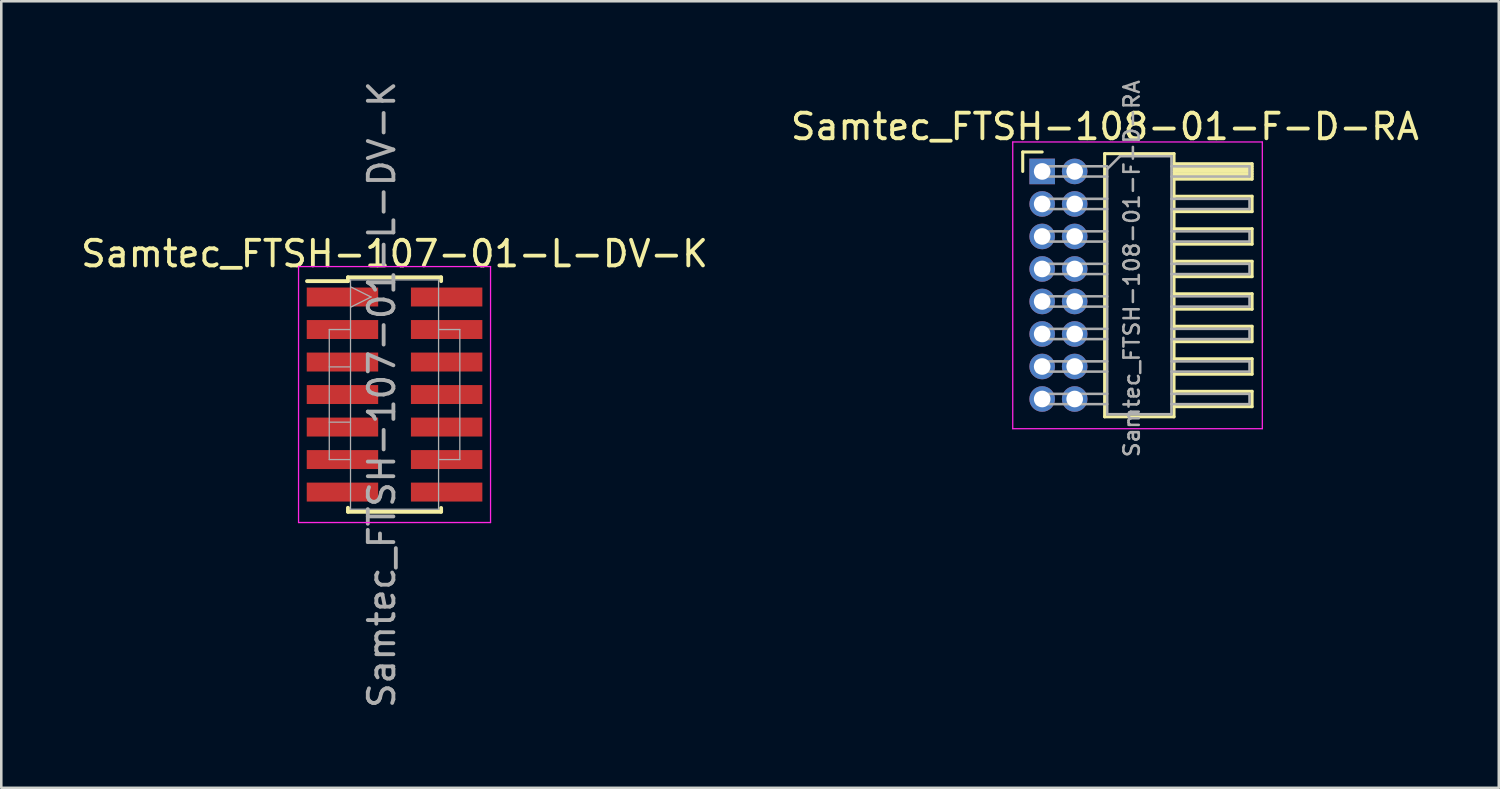
<source format=kicad_pcb>
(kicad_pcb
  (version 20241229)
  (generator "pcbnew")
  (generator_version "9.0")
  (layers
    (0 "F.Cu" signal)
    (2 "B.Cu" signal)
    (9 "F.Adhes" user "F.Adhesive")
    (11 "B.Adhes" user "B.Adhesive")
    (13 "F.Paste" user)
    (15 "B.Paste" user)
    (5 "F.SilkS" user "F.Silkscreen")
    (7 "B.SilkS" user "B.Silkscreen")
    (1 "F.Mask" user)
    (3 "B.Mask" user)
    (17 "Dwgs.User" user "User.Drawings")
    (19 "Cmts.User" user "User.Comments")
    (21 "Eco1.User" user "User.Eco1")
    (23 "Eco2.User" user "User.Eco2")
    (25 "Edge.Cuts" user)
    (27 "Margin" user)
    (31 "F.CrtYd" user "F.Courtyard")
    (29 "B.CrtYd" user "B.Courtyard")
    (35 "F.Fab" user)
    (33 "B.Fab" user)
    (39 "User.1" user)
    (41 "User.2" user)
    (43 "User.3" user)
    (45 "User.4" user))
  (footprint "Samtec_FTSH-107-01-L-DV-K"
    (layer "F.Cu")
    (at 12.363 12.363)
    (property "Reference" "Samtec_FTSH-107-01-L-DV-K" (at -0.5 0 90) (layer "F.Fab") (effects (font (size 1 1) (thickness 0.15))))
    (attr through_hole)
    (fp_line (start -3.42 -4.43) (end -1.82 -4.43) (stroke (width 0.15) (type solid)) (layer "F.SilkS"))
    (fp_line (start -1.82 -4.43) (end -1.82 -4.58) (stroke (width 0.15) (type solid)) (layer "F.SilkS"))
    (fp_line (start -1.82 4.423) (end -1.82 4.58) (stroke (width 0.15) (type solid)) (layer "F.SilkS"))
    (fp_line (start 1.82 -4.58) (end -1.82 -4.58) (stroke (width 0.15) (type solid)) (layer "F.SilkS"))
    (fp_line (start 1.82 -4.43) (end 1.82 -4.58) (stroke (width 0.15) (type solid)) (layer "F.SilkS"))
    (fp_line (start 1.82 4.43) (end 1.82 4.58) (stroke (width 0.15) (type solid)) (layer "F.SilkS"))
    (fp_line (start 1.82 4.58) (end -1.82 4.58) (stroke (width 0.15) (type solid)) (layer "F.SilkS"))
    (fp_line (start -3.75 -5) (end 3.75 -5) (stroke (width 0.05) (type solid)) (layer "F.CrtYd"))
    (fp_line (start -3.75 5) (end -3.75 -5) (stroke (width 0.05) (type solid)) (layer "F.CrtYd"))
    (fp_line (start 3.75 -5) (end 3.75 5) (stroke (width 0.05) (type solid)) (layer "F.CrtYd"))
    (fp_line (start 3.75 5) (end -3.75 5) (stroke (width 0.05) (type solid)) (layer "F.CrtYd"))
    (fp_line (start -2.55 -2.54) (end -2.55 2.54) (stroke (width 0.05) (type solid)) (layer "F.Fab"))
    (fp_line (start -2.55 2.54) (end -1.72 2.54) (stroke (width 0.05) (type solid)) (layer "F.Fab"))
    (fp_line (start -1.72 -4.48) (end 1.72 -4.48) (stroke (width 0.05) (type solid)) (layer "F.Fab"))
    (fp_line (start -1.72 -4.21) (end -0.92 -3.81) (stroke (width 0.05) (type solid)) (layer "F.Fab"))
    (fp_line (start -1.72 -2.54) (end -2.55 -2.54) (stroke (width 0.05) (type solid)) (layer "F.Fab"))
    (fp_line (start -1.72 -1.08) (end -2.55 -1.08) (stroke (width 0.05) (type solid)) (layer "F.Fab"))
    (fp_line (start -1.72 1.08) (end -2.55 1.08) (stroke (width 0.05) (type solid)) (layer "F.Fab"))
    (fp_line (start -1.72 4.48) (end -1.72 -4.48) (stroke (width 0.05) (type solid)) (layer "F.Fab"))
    (fp_line (start -0.92 -3.81) (end -1.72 -3.41) (stroke (width 0.05) (type solid)) (layer "F.Fab"))
    (fp_line (start 1.72 -4.48) (end 1.72 4.48) (stroke (width 0.05) (type solid)) (layer "F.Fab"))
    (fp_line (start 1.72 -2.54) (end 2.55 -2.54) (stroke (width 0.05) (type solid)) (layer "F.Fab"))
    (fp_line (start 1.72 4.48) (end -1.72 4.48) (stroke (width 0.05) (type solid)) (layer "F.Fab"))
    (fp_line (start 2.55 -2.54) (end 2.55 2.54) (stroke (width 0.05) (type solid)) (layer "F.Fab"))
    (fp_line (start 2.55 2.54) (end 1.72 2.54) (stroke (width 0.05) (type solid)) (layer "F.Fab"))
    (fp_text user "${REFERENCE}" (at 0 -5.5 0) (layer "F.SilkS") (effects (font (size 1 1) (thickness 0.15))))
    (pad "1" smd rect (at -2.035 -3.81) (size 2.79 0.74) (layers "F.Cu" "F.Mask" "F.Paste"))
    (pad "2" smd rect (at 2.035 -3.81) (size 2.79 0.74) (layers "F.Cu" "F.Mask" "F.Paste"))
    (pad "3" smd rect (at -2.035 -2.54) (size 2.79 0.74) (layers "F.Cu" "F.Mask" "F.Paste"))
    (pad "4" smd rect (at 2.035 -2.54) (size 2.79 0.74) (layers "F.Cu" "F.Mask" "F.Paste"))
    (pad "5" smd rect (at -2.035 -1.27) (size 2.79 0.74) (layers "F.Cu" "F.Mask" "F.Paste"))
    (pad "6" smd rect (at 2.035 -1.27) (size 2.79 0.74) (layers "F.Cu" "F.Mask" "F.Paste"))
    (pad "7" smd rect (at -2.035 0) (size 2.79 0.74) (layers "F.Cu" "F.Mask" "F.Paste"))
    (pad "8" smd rect (at 2.035 0) (size 2.79 0.74) (layers "F.Cu" "F.Mask" "F.Paste"))
    (pad "9" smd rect (at -2.035 1.27) (size 2.79 0.74) (layers "F.Cu" "F.Mask" "F.Paste"))
    (pad "10" smd rect (at 2.035 1.27) (size 2.79 0.74) (layers "F.Cu" "F.Mask" "F.Paste"))
    (pad "11" smd rect (at -2.035 2.54) (size 2.79 0.74) (layers "F.Cu" "F.Mask" "F.Paste"))
    (pad "12" smd rect (at 2.035 2.54) (size 2.79 0.74) (layers "F.Cu" "F.Mask" "F.Paste"))
    (pad "13" smd rect (at -2.035 3.81) (size 2.79 0.74) (layers "F.Cu" "F.Mask" "F.Paste"))
    (pad "14" smd rect (at 2.035 3.81) (size 2.79 0.74) (layers "F.Cu" "F.Mask" "F.Paste")))
  (footprint "Samtec_FTSH-108-01-F-D-RA"
    (layer "F.Cu")
    (at 37.663 3.647)
    (property "Reference" "Samtec_FTSH-108-01-F-D-RA" (at 3.5 3.8 90) (layer "F.Fab") (effects (font (size 0.6 0.6) (thickness 0.1))))
    (attr through_hole)
    (fp_line (start -0.76 -0.76) (end 0 -0.76) (stroke (width 0.12) (type solid)) (layer "F.SilkS"))
    (fp_line (start -0.76 0) (end -0.76 -0.76) (stroke (width 0.12) (type solid)) (layer "F.SilkS"))
    (fp_line (start 2.44 -0.695) (end 5.15 -0.695) (stroke (width 0.12) (type solid)) (layer "F.SilkS"))
    (fp_line (start 2.44 9.585) (end 2.44 -0.695) (stroke (width 0.12) (type solid)) (layer "F.SilkS"))
    (fp_line (start 5.15 -0.695) (end 5.15 9.585) (stroke (width 0.12) (type solid)) (layer "F.SilkS"))
    (fp_line (start 5.15 -0.3) (end 8.2 -0.3) (stroke (width 0.12) (type solid)) (layer "F.SilkS"))
    (fp_line (start 5.15 -0.2) (end 8.2 -0.2) (stroke (width 0.12) (type solid)) (layer "F.SilkS"))
    (fp_line (start 5.15 -0.1) (end 8.2 -0.1) (stroke (width 0.12) (type solid)) (layer "F.SilkS"))
    (fp_line (start 5.15 0) (end 8.2 0) (stroke (width 0.12) (type solid)) (layer "F.SilkS"))
    (fp_line (start 5.15 0.1) (end 8.2 0.1) (stroke (width 0.12) (type solid)) (layer "F.SilkS"))
    (fp_line (start 5.15 0.2) (end 8.2 0.2) (stroke (width 0.12) (type solid)) (layer "F.SilkS"))
    (fp_line (start 5.15 0.97) (end 8.2 0.97) (stroke (width 0.12) (type solid)) (layer "F.SilkS"))
    (fp_line (start 5.15 2.24) (end 8.2 2.24) (stroke (width 0.12) (type solid)) (layer "F.SilkS"))
    (fp_line (start 5.15 3.51) (end 8.2 3.51) (stroke (width 0.12) (type solid)) (layer "F.SilkS"))
    (fp_line (start 5.15 4.78) (end 8.2 4.78) (stroke (width 0.12) (type solid)) (layer "F.SilkS"))
    (fp_line (start 5.15 6.05) (end 8.2 6.05) (stroke (width 0.12) (type solid)) (layer "F.SilkS"))
    (fp_line (start 5.15 7.32) (end 8.2 7.32) (stroke (width 0.12) (type solid)) (layer "F.SilkS"))
    (fp_line (start 5.15 8.59) (end 8.2 8.59) (stroke (width 0.12) (type solid)) (layer "F.SilkS"))
    (fp_line (start 5.15 9.585) (end 2.44 9.585) (stroke (width 0.12) (type solid)) (layer "F.SilkS"))
    (fp_line (start 8.2 -0.3) (end 8.2 0.3) (stroke (width 0.12) (type solid)) (layer "F.SilkS"))
    (fp_line (start 8.2 0.3) (end 5.15 0.3) (stroke (width 0.12) (type solid)) (layer "F.SilkS"))
    (fp_line (start 8.2 0.97) (end 8.2 1.57) (stroke (width 0.12) (type solid)) (layer "F.SilkS"))
    (fp_line (start 8.2 1.57) (end 5.15 1.57) (stroke (width 0.12) (type solid)) (layer "F.SilkS"))
    (fp_line (start 8.2 2.24) (end 8.2 2.84) (stroke (width 0.12) (type solid)) (layer "F.SilkS"))
    (fp_line (start 8.2 2.84) (end 5.15 2.84) (stroke (width 0.12) (type solid)) (layer "F.SilkS"))
    (fp_line (start 8.2 3.51) (end 8.2 4.11) (stroke (width 0.12) (type solid)) (layer "F.SilkS"))
    (fp_line (start 8.2 4.11) (end 5.15 4.11) (stroke (width 0.12) (type solid)) (layer "F.SilkS"))
    (fp_line (start 8.2 4.78) (end 8.2 5.38) (stroke (width 0.12) (type solid)) (layer "F.SilkS"))
    (fp_line (start 8.2 5.38) (end 5.15 5.38) (stroke (width 0.12) (type solid)) (layer "F.SilkS"))
    (fp_line (start 8.2 6.05) (end 8.2 6.65) (stroke (width 0.12) (type solid)) (layer "F.SilkS"))
    (fp_line (start 8.2 6.65) (end 5.15 6.65) (stroke (width 0.12) (type solid)) (layer "F.SilkS"))
    (fp_line (start 8.2 7.32) (end 8.2 7.92) (stroke (width 0.12) (type solid)) (layer "F.SilkS"))
    (fp_line (start 8.2 7.92) (end 5.15 7.92) (stroke (width 0.12) (type solid)) (layer "F.SilkS"))
    (fp_line (start 8.2 8.59) (end 8.2 9.19) (stroke (width 0.12) (type solid)) (layer "F.SilkS"))
    (fp_line (start 8.2 9.19) (end 5.15 9.19) (stroke (width 0.12) (type solid)) (layer "F.SilkS"))
    (fp_line (start -1.15 -1.15) (end -1.15 10.05) (stroke (width 0.05) (type solid)) (layer "F.CrtYd"))
    (fp_line (start -1.15 10.05) (end 8.6 10.05) (stroke (width 0.05) (type solid)) (layer "F.CrtYd"))
    (fp_line (start 8.6 -1.15) (end -1.15 -1.15) (stroke (width 0.05) (type solid)) (layer "F.CrtYd"))
    (fp_line (start 8.6 10.05) (end 8.6 -1.15) (stroke (width 0.05) (type solid)) (layer "F.CrtYd"))
    (fp_line (start -0.2 -0.2) (end -0.2 0.2) (stroke (width 0.1) (type solid)) (layer "F.Fab"))
    (fp_line (start -0.2 -0.2) (end 2.54 -0.2) (stroke (width 0.1) (type solid)) (layer "F.Fab"))
    (fp_line (start -0.2 0.2) (end 2.54 0.2) (stroke (width 0.1) (type solid)) (layer "F.Fab"))
    (fp_line (start -0.2 1.07) (end -0.2 1.47) (stroke (width 0.1) (type solid)) (layer "F.Fab"))
    (fp_line (start -0.2 1.07) (end 2.54 1.07) (stroke (width 0.1) (type solid)) (layer "F.Fab"))
    (fp_line (start -0.2 1.47) (end 2.54 1.47) (stroke (width 0.1) (type solid)) (layer "F.Fab"))
    (fp_line (start -0.2 2.34) (end -0.2 2.74) (stroke (width 0.1) (type solid)) (layer "F.Fab"))
    (fp_line (start -0.2 2.34) (end 2.54 2.34) (stroke (width 0.1) (type solid)) (layer "F.Fab"))
    (fp_line (start -0.2 2.74) (end 2.54 2.74) (stroke (width 0.1) (type solid)) (layer "F.Fab"))
    (fp_line (start -0.2 3.61) (end -0.2 4.01) (stroke (width 0.1) (type solid)) (layer "F.Fab"))
    (fp_line (start -0.2 3.61) (end 2.54 3.61) (stroke (width 0.1) (type solid)) (layer "F.Fab"))
    (fp_line (start -0.2 4.01) (end 2.54 4.01) (stroke (width 0.1) (type solid)) (layer "F.Fab"))
    (fp_line (start -0.2 4.88) (end -0.2 5.28) (stroke (width 0.1) (type solid)) (layer "F.Fab"))
    (fp_line (start -0.2 4.88) (end 2.54 4.88) (stroke (width 0.1) (type solid)) (layer "F.Fab"))
    (fp_line (start -0.2 5.28) (end 2.54 5.28) (stroke (width 0.1) (type solid)) (layer "F.Fab"))
    (fp_line (start -0.2 6.15) (end -0.2 6.55) (stroke (width 0.1) (type solid)) (layer "F.Fab"))
    (fp_line (start -0.2 6.15) (end 2.54 6.15) (stroke (width 0.1) (type solid)) (layer "F.Fab"))
    (fp_line (start -0.2 6.55) (end 2.54 6.55) (stroke (width 0.1) (type solid)) (layer "F.Fab"))
    (fp_line (start -0.2 7.42) (end -0.2 7.82) (stroke (width 0.1) (type solid)) (layer "F.Fab"))
    (fp_line (start -0.2 7.42) (end 2.54 7.42) (stroke (width 0.1) (type solid)) (layer "F.Fab"))
    (fp_line (start -0.2 7.82) (end 2.54 7.82) (stroke (width 0.1) (type solid)) (layer "F.Fab"))
    (fp_line (start -0.2 8.69) (end -0.2 9.09) (stroke (width 0.1) (type solid)) (layer "F.Fab"))
    (fp_line (start -0.2 8.69) (end 2.54 8.69) (stroke (width 0.1) (type solid)) (layer "F.Fab"))
    (fp_line (start -0.2 9.09) (end 2.54 9.09) (stroke (width 0.1) (type solid)) (layer "F.Fab"))
    (fp_line (start 2.54 -0.095) (end 3.04 -0.595) (stroke (width 0.1) (type solid)) (layer "F.Fab"))
    (fp_line (start 2.54 9.485) (end 2.54 -0.095) (stroke (width 0.1) (type solid)) (layer "F.Fab"))
    (fp_line (start 3.04 -0.595) (end 5.05 -0.595) (stroke (width 0.1) (type solid)) (layer "F.Fab"))
    (fp_line (start 5.05 -0.595) (end 5.05 9.485) (stroke (width 0.1) (type solid)) (layer "F.Fab"))
    (fp_line (start 5.05 -0.2) (end 8.1 -0.2) (stroke (width 0.1) (type solid)) (layer "F.Fab"))
    (fp_line (start 5.05 0.2) (end 8.1 0.2) (stroke (width 0.1) (type solid)) (layer "F.Fab"))
    (fp_line (start 5.05 1.07) (end 8.1 1.07) (stroke (width 0.1) (type solid)) (layer "F.Fab"))
    (fp_line (start 5.05 1.47) (end 8.1 1.47) (stroke (width 0.1) (type solid)) (layer "F.Fab"))
    (fp_line (start 5.05 2.34) (end 8.1 2.34) (stroke (width 0.1) (type solid)) (layer "F.Fab"))
    (fp_line (start 5.05 2.74) (end 8.1 2.74) (stroke (width 0.1) (type solid)) (layer "F.Fab"))
    (fp_line (start 5.05 3.61) (end 8.1 3.61) (stroke (width 0.1) (type solid)) (layer "F.Fab"))
    (fp_line (start 5.05 4.01) (end 8.1 4.01) (stroke (width 0.1) (type solid)) (layer "F.Fab"))
    (fp_line (start 5.05 4.88) (end 8.1 4.88) (stroke (width 0.1) (type solid)) (layer "F.Fab"))
    (fp_line (start 5.05 5.28) (end 8.1 5.28) (stroke (width 0.1) (type solid)) (layer "F.Fab"))
    (fp_line (start 5.05 6.15) (end 8.1 6.15) (stroke (width 0.1) (type solid)) (layer "F.Fab"))
    (fp_line (start 5.05 6.55) (end 8.1 6.55) (stroke (width 0.1) (type solid)) (layer "F.Fab"))
    (fp_line (start 5.05 7.42) (end 8.1 7.42) (stroke (width 0.1) (type solid)) (layer "F.Fab"))
    (fp_line (start 5.05 7.82) (end 8.1 7.82) (stroke (width 0.1) (type solid)) (layer "F.Fab"))
    (fp_line (start 5.05 8.69) (end 8.1 8.69) (stroke (width 0.1) (type solid)) (layer "F.Fab"))
    (fp_line (start 5.05 9.09) (end 8.1 9.09) (stroke (width 0.1) (type solid)) (layer "F.Fab"))
    (fp_line (start 5.05 9.485) (end 2.54 9.485) (stroke (width 0.1) (type solid)) (layer "F.Fab"))
    (fp_line (start 8.1 -0.2) (end 8.1 0.2) (stroke (width 0.1) (type solid)) (layer "F.Fab"))
    (fp_line (start 8.1 1.07) (end 8.1 1.47) (stroke (width 0.1) (type solid)) (layer "F.Fab"))
    (fp_line (start 8.1 2.34) (end 8.1 2.74) (stroke (width 0.1) (type solid)) (layer "F.Fab"))
    (fp_line (start 8.1 3.61) (end 8.1 4.01) (stroke (width 0.1) (type solid)) (layer "F.Fab"))
    (fp_line (start 8.1 4.88) (end 8.1 5.28) (stroke (width 0.1) (type solid)) (layer "F.Fab"))
    (fp_line (start 8.1 6.15) (end 8.1 6.55) (stroke (width 0.1) (type solid)) (layer "F.Fab"))
    (fp_line (start 8.1 7.42) (end 8.1 7.82) (stroke (width 0.1) (type solid)) (layer "F.Fab"))
    (fp_line (start 8.1 8.69) (end 8.1 9.09) (stroke (width 0.1) (type solid)) (layer "F.Fab"))
    (fp_text user "${REFERENCE}" (at 2.45 -1.75 180) (layer "F.SilkS") (effects (font (size 1 1) (thickness 0.15))))
    (pad "1" thru_hole rect (at 0 0) (size 1 1) (drill 0.65) (layers "*.Cu" "*.Mask"))
    (pad "2" thru_hole oval (at 1.27 0) (size 1 1) (drill 0.65) (layers "*.Cu" "*.Mask"))
    (pad "3" thru_hole oval (at 0 1.27) (size 1 1) (drill 0.65) (layers "*.Cu" "*.Mask"))
    (pad "4" thru_hole oval (at 1.27 1.27) (size 1 1) (drill 0.65) (layers "*.Cu" "*.Mask"))
    (pad "5" thru_hole oval (at 0 2.54) (size 1 1) (drill 0.65) (layers "*.Cu" "*.Mask"))
    (pad "6" thru_hole oval (at 1.27 2.54) (size 1 1) (drill 0.65) (layers "*.Cu" "*.Mask"))
    (pad "7" thru_hole oval (at 0 3.81) (size 1 1) (drill 0.65) (layers "*.Cu" "*.Mask"))
    (pad "8" thru_hole oval (at 1.27 3.81) (size 1 1) (drill 0.65) (layers "*.Cu" "*.Mask"))
    (pad "9" thru_hole oval (at 0 5.08) (size 1 1) (drill 0.65) (layers "*.Cu" "*.Mask"))
    (pad "10" thru_hole oval (at 1.27 5.08) (size 1 1) (drill 0.65) (layers "*.Cu" "*.Mask"))
    (pad "11" thru_hole oval (at 0 6.35) (size 1 1) (drill 0.65) (layers "*.Cu" "*.Mask"))
    (pad "12" thru_hole oval (at 1.27 6.35) (size 1 1) (drill 0.65) (layers "*.Cu" "*.Mask"))
    (pad "13" thru_hole oval (at 0 7.62) (size 1 1) (drill 0.65) (layers "*.Cu" "*.Mask"))
    (pad "14" thru_hole oval (at 1.27 7.62) (size 1 1) (drill 0.65) (layers "*.Cu" "*.Mask"))
    (pad "15" thru_hole oval (at 0 8.89) (size 1 1) (drill 0.65) (layers "*.Cu" "*.Mask"))
    (pad "16" thru_hole oval (at 1.27 8.89) (size 1 1) (drill 0.65) (layers "*.Cu" "*.Mask")))
  (gr_rect
    (start -3 -3)
    (end 55.5 27.726)
    (stroke (width 0.1) (type default))
    (fill no)
    (layer "Edge.Cuts")))
</source>
